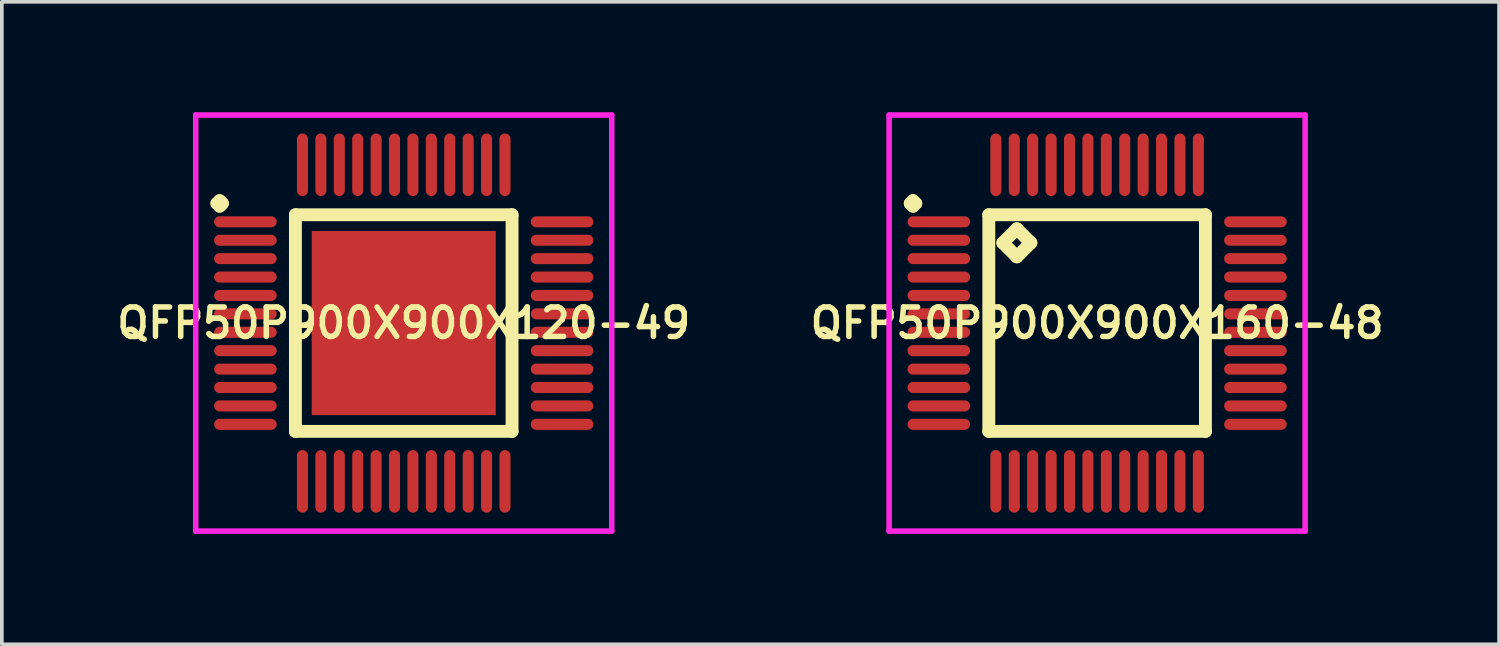
<source format=kicad_pcb>
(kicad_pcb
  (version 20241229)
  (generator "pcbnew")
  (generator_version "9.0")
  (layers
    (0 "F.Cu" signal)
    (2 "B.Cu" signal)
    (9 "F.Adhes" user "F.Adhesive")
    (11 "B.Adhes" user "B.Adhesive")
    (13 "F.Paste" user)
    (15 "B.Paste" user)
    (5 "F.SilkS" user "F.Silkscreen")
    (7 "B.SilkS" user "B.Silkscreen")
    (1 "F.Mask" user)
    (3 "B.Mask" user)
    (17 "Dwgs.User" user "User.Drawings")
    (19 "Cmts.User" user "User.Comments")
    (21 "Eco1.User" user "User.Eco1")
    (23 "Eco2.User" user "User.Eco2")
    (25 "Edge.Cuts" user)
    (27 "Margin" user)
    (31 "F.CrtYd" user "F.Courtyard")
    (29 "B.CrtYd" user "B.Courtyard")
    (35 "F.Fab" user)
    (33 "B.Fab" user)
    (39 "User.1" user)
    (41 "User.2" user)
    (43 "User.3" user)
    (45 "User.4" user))
  (footprint "QFP50P900X900X120-49"
    (layer "F.Cu")
    (at 7.916 5.725)
    (property "Reference" "QFP50P900X900X120-49" (at 0 0 0) (layer "F.SilkS") (effects (font (size 0.8 0.8) (thickness 0.15))))
    (attr smd)
    (fp_line (start -5.075 -3.25) (end -5 -3.325) (stroke (width 0.35) (type solid)) (layer "F.SilkS"))
    (fp_line (start -5 -3.325) (end -4.925 -3.25) (stroke (width 0.35) (type solid)) (layer "F.SilkS"))
    (fp_line (start -5 -3.175) (end -5.075 -3.25) (stroke (width 0.35) (type solid)) (layer "F.SilkS"))
    (fp_line (start -4.925 -3.25) (end -5 -3.175) (stroke (width 0.35) (type solid)) (layer "F.SilkS"))
    (fp_line (start -2.942 -2.942) (end -2.942 2.942) (stroke (width 0.35) (type solid)) (layer "F.SilkS"))
    (fp_line (start -2.942 2.942) (end 2.942 2.942) (stroke (width 0.35) (type solid)) (layer "F.SilkS"))
    (fp_line (start 2.942 -2.942) (end -2.942 -2.942) (stroke (width 0.35) (type solid)) (layer "F.SilkS"))
    (fp_line (start 2.942 2.942) (end 2.942 -2.942) (stroke (width 0.35) (type solid)) (layer "F.SilkS"))
    (fp_line (start -5.65 -5.65) (end 5.65 -5.65) (stroke (width 0.15) (type solid)) (layer "F.CrtYd"))
    (fp_line (start -5.65 5.65) (end -5.65 -5.65) (stroke (width 0.15) (type solid)) (layer "F.CrtYd"))
    (fp_line (start 5.65 -5.65) (end 5.65 5.65) (stroke (width 0.15) (type solid)) (layer "F.CrtYd"))
    (fp_line (start 5.65 5.65) (end -5.65 5.65) (stroke (width 0.15) (type solid)) (layer "F.CrtYd"))
    (pad "1" smd oval (at -4.3 -2.75) (size 1.7 0.3) (layers "F.Cu" "F.Mask" "F.Paste"))
    (pad "2" smd oval (at -4.3 -2.25) (size 1.7 0.3) (layers "F.Cu" "F.Mask" "F.Paste"))
    (pad "3" smd oval (at -4.3 -1.75) (size 1.7 0.3) (layers "F.Cu" "F.Mask" "F.Paste"))
    (pad "4" smd oval (at -4.3 -1.25) (size 1.7 0.3) (layers "F.Cu" "F.Mask" "F.Paste"))
    (pad "5" smd oval (at -4.3 -0.75) (size 1.7 0.3) (layers "F.Cu" "F.Mask" "F.Paste"))
    (pad "6" smd oval (at -4.3 -0.25) (size 1.7 0.3) (layers "F.Cu" "F.Mask" "F.Paste"))
    (pad "7" smd oval (at -4.3 0.25) (size 1.7 0.3) (layers "F.Cu" "F.Mask" "F.Paste"))
    (pad "8" smd oval (at -4.3 0.75) (size 1.7 0.3) (layers "F.Cu" "F.Mask" "F.Paste"))
    (pad "9" smd oval (at -4.3 1.25) (size 1.7 0.3) (layers "F.Cu" "F.Mask" "F.Paste"))
    (pad "10" smd oval (at -4.3 1.75) (size 1.7 0.3) (layers "F.Cu" "F.Mask" "F.Paste"))
    (pad "11" smd oval (at -4.3 2.25) (size 1.7 0.3) (layers "F.Cu" "F.Mask" "F.Paste"))
    (pad "12" smd oval (at -4.3 2.75) (size 1.7 0.3) (layers "F.Cu" "F.Mask" "F.Paste"))
    (pad "13" smd oval (at -2.75 4.3) (size 0.3 1.7) (layers "F.Cu" "F.Mask" "F.Paste"))
    (pad "14" smd oval (at -2.25 4.3) (size 0.3 1.7) (layers "F.Cu" "F.Mask" "F.Paste"))
    (pad "15" smd oval (at -1.75 4.3) (size 0.3 1.7) (layers "F.Cu" "F.Mask" "F.Paste"))
    (pad "16" smd oval (at -1.25 4.3) (size 0.3 1.7) (layers "F.Cu" "F.Mask" "F.Paste"))
    (pad "17" smd oval (at -0.75 4.3) (size 0.3 1.7) (layers "F.Cu" "F.Mask" "F.Paste"))
    (pad "18" smd oval (at -0.25 4.3) (size 0.3 1.7) (layers "F.Cu" "F.Mask" "F.Paste"))
    (pad "19" smd oval (at 0.25 4.3) (size 0.3 1.7) (layers "F.Cu" "F.Mask" "F.Paste"))
    (pad "20" smd oval (at 0.75 4.3) (size 0.3 1.7) (layers "F.Cu" "F.Mask" "F.Paste"))
    (pad "21" smd oval (at 1.25 4.3) (size 0.3 1.7) (layers "F.Cu" "F.Mask" "F.Paste"))
    (pad "22" smd oval (at 1.75 4.3) (size 0.3 1.7) (layers "F.Cu" "F.Mask" "F.Paste"))
    (pad "23" smd oval (at 2.25 4.3) (size 0.3 1.7) (layers "F.Cu" "F.Mask" "F.Paste"))
    (pad "24" smd oval (at 2.75 4.3) (size 0.3 1.7) (layers "F.Cu" "F.Mask" "F.Paste"))
    (pad "25" smd oval (at 4.3 2.75) (size 1.7 0.3) (layers "F.Cu" "F.Mask" "F.Paste"))
    (pad "26" smd oval (at 4.3 2.25) (size 1.7 0.3) (layers "F.Cu" "F.Mask" "F.Paste"))
    (pad "27" smd oval (at 4.3 1.75) (size 1.7 0.3) (layers "F.Cu" "F.Mask" "F.Paste"))
    (pad "28" smd oval (at 4.3 1.25) (size 1.7 0.3) (layers "F.Cu" "F.Mask" "F.Paste"))
    (pad "29" smd oval (at 4.3 0.75) (size 1.7 0.3) (layers "F.Cu" "F.Mask" "F.Paste"))
    (pad "30" smd oval (at 4.3 0.25) (size 1.7 0.3) (layers "F.Cu" "F.Mask" "F.Paste"))
    (pad "31" smd oval (at 4.3 -0.25) (size 1.7 0.3) (layers "F.Cu" "F.Mask" "F.Paste"))
    (pad "32" smd oval (at 4.3 -0.75) (size 1.7 0.3) (layers "F.Cu" "F.Mask" "F.Paste"))
    (pad "33" smd oval (at 4.3 -1.25) (size 1.7 0.3) (layers "F.Cu" "F.Mask" "F.Paste"))
    (pad "34" smd oval (at 4.3 -1.75) (size 1.7 0.3) (layers "F.Cu" "F.Mask" "F.Paste"))
    (pad "35" smd oval (at 4.3 -2.25) (size 1.7 0.3) (layers "F.Cu" "F.Mask" "F.Paste"))
    (pad "36" smd oval (at 4.3 -2.75) (size 1.7 0.3) (layers "F.Cu" "F.Mask" "F.Paste"))
    (pad "37" smd oval (at 2.75 -4.3) (size 0.3 1.7) (layers "F.Cu" "F.Mask" "F.Paste"))
    (pad "38" smd oval (at 2.25 -4.3) (size 0.3 1.7) (layers "F.Cu" "F.Mask" "F.Paste"))
    (pad "39" smd oval (at 1.75 -4.3) (size 0.3 1.7) (layers "F.Cu" "F.Mask" "F.Paste"))
    (pad "40" smd oval (at 1.25 -4.3) (size 0.3 1.7) (layers "F.Cu" "F.Mask" "F.Paste"))
    (pad "41" smd oval (at 0.75 -4.3) (size 0.3 1.7) (layers "F.Cu" "F.Mask" "F.Paste"))
    (pad "42" smd oval (at 0.25 -4.3) (size 0.3 1.7) (layers "F.Cu" "F.Mask" "F.Paste"))
    (pad "43" smd oval (at -0.25 -4.3) (size 0.3 1.7) (layers "F.Cu" "F.Mask" "F.Paste"))
    (pad "44" smd oval (at -0.75 -4.3) (size 0.3 1.7) (layers "F.Cu" "F.Mask" "F.Paste"))
    (pad "45" smd oval (at -1.25 -4.3) (size 0.3 1.7) (layers "F.Cu" "F.Mask" "F.Paste"))
    (pad "46" smd oval (at -1.75 -4.3) (size 0.3 1.7) (layers "F.Cu" "F.Mask" "F.Paste"))
    (pad "47" smd oval (at -2.25 -4.3) (size 0.3 1.7) (layers "F.Cu" "F.Mask" "F.Paste"))
    (pad "48" smd oval (at -2.75 -4.3) (size 0.3 1.7) (layers "F.Cu" "F.Mask" "F.Paste"))
    (pad "49" smd rect (at 0 0) (size 5 5) (layers "F.Cu" "F.Mask" "F.Paste")))
  (footprint "QFP50P900X900X160-48"
    (layer "F.Cu")
    (at 26.749 5.725)
    (property "Reference" "QFP50P900X900X160-48" (at 0 0 0) (layer "F.SilkS") (effects (font (size 0.8 0.8) (thickness 0.15))))
    (attr smd)
    (fp_line (start -5.075 -3.25) (end -5 -3.325) (stroke (width 0.35) (type solid)) (layer "F.SilkS"))
    (fp_line (start -5 -3.325) (end -4.925 -3.25) (stroke (width 0.35) (type solid)) (layer "F.SilkS"))
    (fp_line (start -5 -3.175) (end -5.075 -3.25) (stroke (width 0.35) (type solid)) (layer "F.SilkS"))
    (fp_line (start -4.925 -3.25) (end -5 -3.175) (stroke (width 0.35) (type solid)) (layer "F.SilkS"))
    (fp_line (start -2.942 -2.942) (end -2.942 2.942) (stroke (width 0.35) (type solid)) (layer "F.SilkS"))
    (fp_line (start -2.942 2.942) (end 2.942 2.942) (stroke (width 0.35) (type solid)) (layer "F.SilkS"))
    (fp_line (start -2.561 -2.18) (end -2.18 -2.561) (stroke (width 0.35) (type solid)) (layer "F.SilkS"))
    (fp_line (start -2.18 -2.561) (end -1.799 -2.18) (stroke (width 0.35) (type solid)) (layer "F.SilkS"))
    (fp_line (start -2.18 -1.799) (end -2.561 -2.18) (stroke (width 0.35) (type solid)) (layer "F.SilkS"))
    (fp_line (start -1.799 -2.18) (end -2.18 -1.799) (stroke (width 0.35) (type solid)) (layer "F.SilkS"))
    (fp_line (start 2.942 -2.942) (end -2.942 -2.942) (stroke (width 0.35) (type solid)) (layer "F.SilkS"))
    (fp_line (start 2.942 2.942) (end 2.942 -2.942) (stroke (width 0.35) (type solid)) (layer "F.SilkS"))
    (fp_line (start -5.65 -5.65) (end 5.65 -5.65) (stroke (width 0.15) (type solid)) (layer "F.CrtYd"))
    (fp_line (start -5.65 5.65) (end -5.65 -5.65) (stroke (width 0.15) (type solid)) (layer "F.CrtYd"))
    (fp_line (start 5.65 -5.65) (end 5.65 5.65) (stroke (width 0.15) (type solid)) (layer "F.CrtYd"))
    (fp_line (start 5.65 5.65) (end -5.65 5.65) (stroke (width 0.15) (type solid)) (layer "F.CrtYd"))
    (pad "1" smd oval (at -4.3 -2.75) (size 1.7 0.3) (layers "F.Cu" "F.Mask" "F.Paste"))
    (pad "2" smd oval (at -4.3 -2.25) (size 1.7 0.3) (layers "F.Cu" "F.Mask" "F.Paste"))
    (pad "3" smd oval (at -4.3 -1.75) (size 1.7 0.3) (layers "F.Cu" "F.Mask" "F.Paste"))
    (pad "4" smd oval (at -4.3 -1.25) (size 1.7 0.3) (layers "F.Cu" "F.Mask" "F.Paste"))
    (pad "5" smd oval (at -4.3 -0.75) (size 1.7 0.3) (layers "F.Cu" "F.Mask" "F.Paste"))
    (pad "6" smd oval (at -4.3 -0.25) (size 1.7 0.3) (layers "F.Cu" "F.Mask" "F.Paste"))
    (pad "7" smd oval (at -4.3 0.25) (size 1.7 0.3) (layers "F.Cu" "F.Mask" "F.Paste"))
    (pad "8" smd oval (at -4.3 0.75) (size 1.7 0.3) (layers "F.Cu" "F.Mask" "F.Paste"))
    (pad "9" smd oval (at -4.3 1.25) (size 1.7 0.3) (layers "F.Cu" "F.Mask" "F.Paste"))
    (pad "10" smd oval (at -4.3 1.75) (size 1.7 0.3) (layers "F.Cu" "F.Mask" "F.Paste"))
    (pad "11" smd oval (at -4.3 2.25) (size 1.7 0.3) (layers "F.Cu" "F.Mask" "F.Paste"))
    (pad "12" smd oval (at -4.3 2.75) (size 1.7 0.3) (layers "F.Cu" "F.Mask" "F.Paste"))
    (pad "13" smd oval (at -2.75 4.3) (size 0.3 1.7) (layers "F.Cu" "F.Mask" "F.Paste"))
    (pad "14" smd oval (at -2.25 4.3) (size 0.3 1.7) (layers "F.Cu" "F.Mask" "F.Paste"))
    (pad "15" smd oval (at -1.75 4.3) (size 0.3 1.7) (layers "F.Cu" "F.Mask" "F.Paste"))
    (pad "16" smd oval (at -1.25 4.3) (size 0.3 1.7) (layers "F.Cu" "F.Mask" "F.Paste"))
    (pad "17" smd oval (at -0.75 4.3) (size 0.3 1.7) (layers "F.Cu" "F.Mask" "F.Paste"))
    (pad "18" smd oval (at -0.25 4.3) (size 0.3 1.7) (layers "F.Cu" "F.Mask" "F.Paste"))
    (pad "19" smd oval (at 0.25 4.3) (size 0.3 1.7) (layers "F.Cu" "F.Mask" "F.Paste"))
    (pad "20" smd oval (at 0.75 4.3) (size 0.3 1.7) (layers "F.Cu" "F.Mask" "F.Paste"))
    (pad "21" smd oval (at 1.25 4.3) (size 0.3 1.7) (layers "F.Cu" "F.Mask" "F.Paste"))
    (pad "22" smd oval (at 1.75 4.3) (size 0.3 1.7) (layers "F.Cu" "F.Mask" "F.Paste"))
    (pad "23" smd oval (at 2.25 4.3) (size 0.3 1.7) (layers "F.Cu" "F.Mask" "F.Paste"))
    (pad "24" smd oval (at 2.75 4.3) (size 0.3 1.7) (layers "F.Cu" "F.Mask" "F.Paste"))
    (pad "25" smd oval (at 4.3 2.75) (size 1.7 0.3) (layers "F.Cu" "F.Mask" "F.Paste"))
    (pad "26" smd oval (at 4.3 2.25) (size 1.7 0.3) (layers "F.Cu" "F.Mask" "F.Paste"))
    (pad "27" smd oval (at 4.3 1.75) (size 1.7 0.3) (layers "F.Cu" "F.Mask" "F.Paste"))
    (pad "28" smd oval (at 4.3 1.25) (size 1.7 0.3) (layers "F.Cu" "F.Mask" "F.Paste"))
    (pad "29" smd oval (at 4.3 0.75) (size 1.7 0.3) (layers "F.Cu" "F.Mask" "F.Paste"))
    (pad "30" smd oval (at 4.3 0.25) (size 1.7 0.3) (layers "F.Cu" "F.Mask" "F.Paste"))
    (pad "31" smd oval (at 4.3 -0.25) (size 1.7 0.3) (layers "F.Cu" "F.Mask" "F.Paste"))
    (pad "32" smd oval (at 4.3 -0.75) (size 1.7 0.3) (layers "F.Cu" "F.Mask" "F.Paste"))
    (pad "33" smd oval (at 4.3 -1.25) (size 1.7 0.3) (layers "F.Cu" "F.Mask" "F.Paste"))
    (pad "34" smd oval (at 4.3 -1.75) (size 1.7 0.3) (layers "F.Cu" "F.Mask" "F.Paste"))
    (pad "35" smd oval (at 4.3 -2.25) (size 1.7 0.3) (layers "F.Cu" "F.Mask" "F.Paste"))
    (pad "36" smd oval (at 4.3 -2.75) (size 1.7 0.3) (layers "F.Cu" "F.Mask" "F.Paste"))
    (pad "37" smd oval (at 2.75 -4.3) (size 0.3 1.7) (layers "F.Cu" "F.Mask" "F.Paste"))
    (pad "38" smd oval (at 2.25 -4.3) (size 0.3 1.7) (layers "F.Cu" "F.Mask" "F.Paste"))
    (pad "39" smd oval (at 1.75 -4.3) (size 0.3 1.7) (layers "F.Cu" "F.Mask" "F.Paste"))
    (pad "40" smd oval (at 1.25 -4.3) (size 0.3 1.7) (layers "F.Cu" "F.Mask" "F.Paste"))
    (pad "41" smd oval (at 0.75 -4.3) (size 0.3 1.7) (layers "F.Cu" "F.Mask" "F.Paste"))
    (pad "42" smd oval (at 0.25 -4.3) (size 0.3 1.7) (layers "F.Cu" "F.Mask" "F.Paste"))
    (pad "43" smd oval (at -0.25 -4.3) (size 0.3 1.7) (layers "F.Cu" "F.Mask" "F.Paste"))
    (pad "44" smd oval (at -0.75 -4.3) (size 0.3 1.7) (layers "F.Cu" "F.Mask" "F.Paste"))
    (pad "45" smd oval (at -1.25 -4.3) (size 0.3 1.7) (layers "F.Cu" "F.Mask" "F.Paste"))
    (pad "46" smd oval (at -1.75 -4.3) (size 0.3 1.7) (layers "F.Cu" "F.Mask" "F.Paste"))
    (pad "47" smd oval (at -2.25 -4.3) (size 0.3 1.7) (layers "F.Cu" "F.Mask" "F.Paste"))
    (pad "48" smd oval (at -2.75 -4.3) (size 0.3 1.7) (layers "F.Cu" "F.Mask" "F.Paste")))
  (gr_rect
    (start -3 -3)
    (end 37.666 14.45)
    (stroke (width 0.1) (type default))
    (fill no)
    (layer "Edge.Cuts")))
</source>
